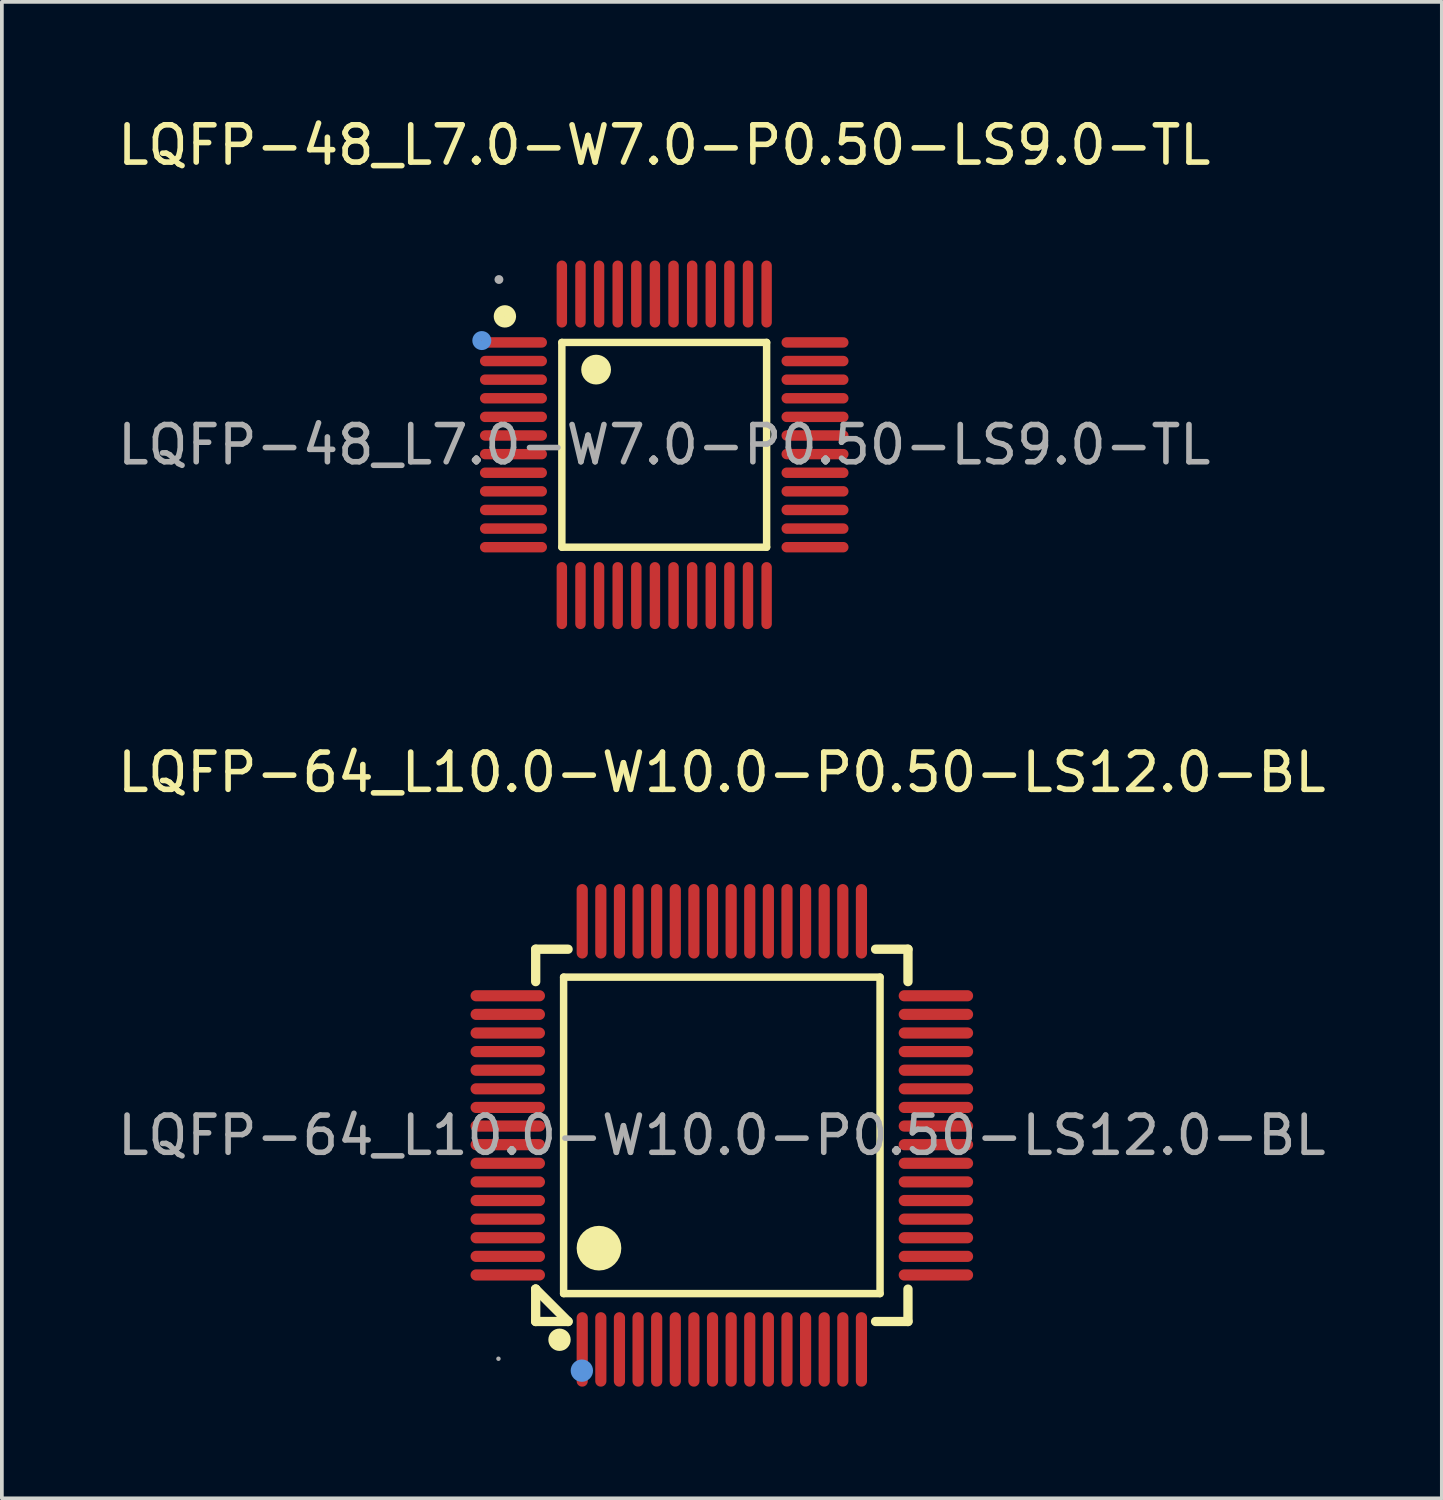
<source format=kicad_pcb>
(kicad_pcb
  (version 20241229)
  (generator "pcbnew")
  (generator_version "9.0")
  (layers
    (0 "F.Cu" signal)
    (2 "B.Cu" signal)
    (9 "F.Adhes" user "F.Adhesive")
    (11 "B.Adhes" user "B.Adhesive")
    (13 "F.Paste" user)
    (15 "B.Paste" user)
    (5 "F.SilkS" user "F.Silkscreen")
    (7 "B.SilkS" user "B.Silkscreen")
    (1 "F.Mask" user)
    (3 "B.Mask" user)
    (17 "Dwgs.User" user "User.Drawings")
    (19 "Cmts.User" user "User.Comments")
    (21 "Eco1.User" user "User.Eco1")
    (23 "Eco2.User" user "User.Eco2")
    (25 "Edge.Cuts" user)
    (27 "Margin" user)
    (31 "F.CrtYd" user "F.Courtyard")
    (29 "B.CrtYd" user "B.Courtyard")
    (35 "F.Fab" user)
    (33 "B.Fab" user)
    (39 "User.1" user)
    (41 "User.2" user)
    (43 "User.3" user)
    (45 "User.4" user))
  (footprint "LQFP-64_L10.0-W10.0-P0.50-LS12.0-BL"
    (layer "F.Cu")
    (at 16.339 27.447)
    (property "Reference" "LQFP-64_L10.0-W10.0-P0.50-LS12.0-BL" (at 0 -9.75 0) (layer "F.SilkS") (effects (font (size 1 1) (thickness 0.15))))
    (attr through_hole)
    (fp_line (start -5 -5) (end -4.13 -5) (stroke (width 0.25) (type solid)) (layer "F.SilkS"))
    (fp_line (start -5 -4.13) (end -5 -5) (stroke (width 0.25) (type solid)) (layer "F.SilkS"))
    (fp_line (start -5 4.13) (end -5 4.13) (stroke (width 0.25) (type solid)) (layer "F.SilkS"))
    (fp_line (start -5 4.13) (end -4.13 5) (stroke (width 0.25) (type solid)) (layer "F.SilkS"))
    (fp_line (start -5 5) (end -5 4.13) (stroke (width 0.25) (type solid)) (layer "F.SilkS"))
    (fp_line (start -4.25 -4.25) (end -4.25 4.25) (stroke (width 0.2) (type solid)) (layer "F.SilkS"))
    (fp_line (start -4.25 4.25) (end 4.25 4.25) (stroke (width 0.2) (type solid)) (layer "F.SilkS"))
    (fp_line (start -4.13 5) (end -5 5) (stroke (width 0.25) (type solid)) (layer "F.SilkS"))
    (fp_line (start 4.25 -4.25) (end -4.25 -4.25) (stroke (width 0.2) (type solid)) (layer "F.SilkS"))
    (fp_line (start 4.25 4.25) (end 4.25 -4.25) (stroke (width 0.2) (type solid)) (layer "F.SilkS"))
    (fp_line (start 5 -5) (end 4.13 -5) (stroke (width 0.25) (type solid)) (layer "F.SilkS"))
    (fp_line (start 5 -5) (end 5 -4.13) (stroke (width 0.25) (type solid)) (layer "F.SilkS"))
    (fp_line (start 5 4.13) (end 5 5) (stroke (width 0.25) (type solid)) (layer "F.SilkS"))
    (fp_line (start 5 5) (end 4.13 5) (stroke (width 0.25) (type solid)) (layer "F.SilkS"))
    (fp_arc (start -4.36 5.49) (mid -4.36 5.49) (end -4.36 5.49) (stroke (width 0.3) (type solid)) (layer "F.SilkS"))
    (fp_arc (start -3.3 3.03) (mid -3.3 3.03) (end -3.3 3.03) (stroke (width 0.6) (type solid)) (layer "F.SilkS"))
    (fp_circle (center -3.76 6.32) (end -3.61 6.32) (stroke (width 0.3) (type solid)) (fill no) (layer "Cmts.User"))
    (fp_circle (center -6 6) (end -5.97 6) (stroke (width 0.06) (type solid)) (fill no) (layer "F.Fab"))
    (fp_text user "${REFERENCE}" (at 0 0 0) (layer "F.Fab") (effects (font (size 1 1) (thickness 0.15))))
    (pad "1" smd oval (at -3.75 5.75) (size 0.3 2) (layers "F.Cu" "F.Mask" "F.Paste"))
    (pad "2" smd oval (at -3.25 5.75) (size 0.3 2) (layers "F.Cu" "F.Mask" "F.Paste"))
    (pad "3" smd oval (at -2.75 5.75) (size 0.3 2) (layers "F.Cu" "F.Mask" "F.Paste"))
    (pad "4" smd oval (at -2.25 5.75) (size 0.3 2) (layers "F.Cu" "F.Mask" "F.Paste"))
    (pad "5" smd oval (at -1.75 5.75) (size 0.3 2) (layers "F.Cu" "F.Mask" "F.Paste"))
    (pad "6" smd oval (at -1.25 5.75) (size 0.3 2) (layers "F.Cu" "F.Mask" "F.Paste"))
    (pad "7" smd oval (at -0.75 5.75) (size 0.3 2) (layers "F.Cu" "F.Mask" "F.Paste"))
    (pad "8" smd oval (at -0.25 5.75) (size 0.3 2) (layers "F.Cu" "F.Mask" "F.Paste"))
    (pad "9" smd oval (at 0.25 5.75) (size 0.3 2) (layers "F.Cu" "F.Mask" "F.Paste"))
    (pad "10" smd oval (at 0.75 5.75) (size 0.3 2) (layers "F.Cu" "F.Mask" "F.Paste"))
    (pad "11" smd oval (at 1.25 5.75) (size 0.3 2) (layers "F.Cu" "F.Mask" "F.Paste"))
    (pad "12" smd oval (at 1.75 5.75) (size 0.3 2) (layers "F.Cu" "F.Mask" "F.Paste"))
    (pad "13" smd oval (at 2.25 5.75) (size 0.3 2) (layers "F.Cu" "F.Mask" "F.Paste"))
    (pad "14" smd oval (at 2.75 5.75) (size 0.3 2) (layers "F.Cu" "F.Mask" "F.Paste"))
    (pad "15" smd oval (at 3.25 5.75) (size 0.3 2) (layers "F.Cu" "F.Mask" "F.Paste"))
    (pad "16" smd oval (at 3.75 5.75) (size 0.3 2) (layers "F.Cu" "F.Mask" "F.Paste"))
    (pad "17" smd oval (at 5.75 3.75) (size 2 0.3) (layers "F.Cu" "F.Mask" "F.Paste"))
    (pad "18" smd oval (at 5.75 3.25) (size 2 0.3) (layers "F.Cu" "F.Mask" "F.Paste"))
    (pad "19" smd oval (at 5.75 2.75) (size 2 0.3) (layers "F.Cu" "F.Mask" "F.Paste"))
    (pad "20" smd oval (at 5.75 2.25) (size 2 0.3) (layers "F.Cu" "F.Mask" "F.Paste"))
    (pad "21" smd oval (at 5.75 1.75) (size 2 0.3) (layers "F.Cu" "F.Mask" "F.Paste"))
    (pad "22" smd oval (at 5.75 1.25) (size 2 0.3) (layers "F.Cu" "F.Mask" "F.Paste"))
    (pad "23" smd oval (at 5.75 0.75) (size 2 0.3) (layers "F.Cu" "F.Mask" "F.Paste"))
    (pad "24" smd oval (at 5.75 0.25) (size 2 0.3) (layers "F.Cu" "F.Mask" "F.Paste"))
    (pad "25" smd oval (at 5.75 -0.25) (size 2 0.3) (layers "F.Cu" "F.Mask" "F.Paste"))
    (pad "26" smd oval (at 5.75 -0.75) (size 2 0.3) (layers "F.Cu" "F.Mask" "F.Paste"))
    (pad "27" smd oval (at 5.75 -1.25) (size 2 0.3) (layers "F.Cu" "F.Mask" "F.Paste"))
    (pad "28" smd oval (at 5.75 -1.75) (size 2 0.3) (layers "F.Cu" "F.Mask" "F.Paste"))
    (pad "29" smd oval (at 5.75 -2.25) (size 2 0.3) (layers "F.Cu" "F.Mask" "F.Paste"))
    (pad "30" smd oval (at 5.75 -2.75) (size 2 0.3) (layers "F.Cu" "F.Mask" "F.Paste"))
    (pad "31" smd oval (at 5.75 -3.25) (size 2 0.3) (layers "F.Cu" "F.Mask" "F.Paste"))
    (pad "32" smd oval (at 5.75 -3.75) (size 2 0.3) (layers "F.Cu" "F.Mask" "F.Paste"))
    (pad "33" smd oval (at 3.75 -5.75) (size 0.3 2) (layers "F.Cu" "F.Mask" "F.Paste"))
    (pad "34" smd oval (at 3.25 -5.75) (size 0.3 2) (layers "F.Cu" "F.Mask" "F.Paste"))
    (pad "35" smd oval (at 2.75 -5.75) (size 0.3 2) (layers "F.Cu" "F.Mask" "F.Paste"))
    (pad "36" smd oval (at 2.25 -5.75) (size 0.3 2) (layers "F.Cu" "F.Mask" "F.Paste"))
    (pad "37" smd oval (at 1.75 -5.75) (size 0.3 2) (layers "F.Cu" "F.Mask" "F.Paste"))
    (pad "38" smd oval (at 1.25 -5.75) (size 0.3 2) (layers "F.Cu" "F.Mask" "F.Paste"))
    (pad "39" smd oval (at 0.75 -5.75) (size 0.3 2) (layers "F.Cu" "F.Mask" "F.Paste"))
    (pad "40" smd oval (at 0.25 -5.75) (size 0.3 2) (layers "F.Cu" "F.Mask" "F.Paste"))
    (pad "41" smd oval (at -0.25 -5.75) (size 0.3 2) (layers "F.Cu" "F.Mask" "F.Paste"))
    (pad "42" smd oval (at -0.75 -5.75) (size 0.3 2) (layers "F.Cu" "F.Mask" "F.Paste"))
    (pad "43" smd oval (at -1.25 -5.75) (size 0.3 2) (layers "F.Cu" "F.Mask" "F.Paste"))
    (pad "44" smd oval (at -1.75 -5.75) (size 0.3 2) (layers "F.Cu" "F.Mask" "F.Paste"))
    (pad "45" smd oval (at -2.25 -5.75) (size 0.3 2) (layers "F.Cu" "F.Mask" "F.Paste"))
    (pad "46" smd oval (at -2.75 -5.75) (size 0.3 2) (layers "F.Cu" "F.Mask" "F.Paste"))
    (pad "47" smd oval (at -3.25 -5.75) (size 0.3 2) (layers "F.Cu" "F.Mask" "F.Paste"))
    (pad "48" smd oval (at -3.75 -5.75) (size 0.3 2) (layers "F.Cu" "F.Mask" "F.Paste"))
    (pad "49" smd oval (at -5.75 -3.75) (size 2 0.3) (layers "F.Cu" "F.Mask" "F.Paste"))
    (pad "50" smd oval (at -5.75 -3.25) (size 2 0.3) (layers "F.Cu" "F.Mask" "F.Paste"))
    (pad "51" smd oval (at -5.75 -2.75) (size 2 0.3) (layers "F.Cu" "F.Mask" "F.Paste"))
    (pad "52" smd oval (at -5.75 -2.25) (size 2 0.3) (layers "F.Cu" "F.Mask" "F.Paste"))
    (pad "53" smd oval (at -5.75 -1.75) (size 2 0.3) (layers "F.Cu" "F.Mask" "F.Paste"))
    (pad "54" smd oval (at -5.75 -1.25) (size 2 0.3) (layers "F.Cu" "F.Mask" "F.Paste"))
    (pad "55" smd oval (at -5.75 -0.75) (size 2 0.3) (layers "F.Cu" "F.Mask" "F.Paste"))
    (pad "56" smd oval (at -5.75 -0.25) (size 2 0.3) (layers "F.Cu" "F.Mask" "F.Paste"))
    (pad "57" smd oval (at -5.75 0.25) (size 2 0.3) (layers "F.Cu" "F.Mask" "F.Paste"))
    (pad "58" smd oval (at -5.75 0.75) (size 2 0.3) (layers "F.Cu" "F.Mask" "F.Paste"))
    (pad "59" smd oval (at -5.75 1.25) (size 2 0.3) (layers "F.Cu" "F.Mask" "F.Paste"))
    (pad "60" smd oval (at -5.75 1.75) (size 2 0.3) (layers "F.Cu" "F.Mask" "F.Paste"))
    (pad "61" smd oval (at -5.75 2.25) (size 2 0.3) (layers "F.Cu" "F.Mask" "F.Paste"))
    (pad "62" smd oval (at -5.75 2.75) (size 2 0.3) (layers "F.Cu" "F.Mask" "F.Paste"))
    (pad "63" smd oval (at -5.75 3.25) (size 2 0.3) (layers "F.Cu" "F.Mask" "F.Paste"))
    (pad "64" smd oval (at -5.75 3.75) (size 2 0.3) (layers "F.Cu" "F.Mask" "F.Paste")))
  (footprint "LQFP-48_L7.0-W7.0-P0.50-LS9.0-TL"
    (layer "F.Cu")
    (at 14.792 8.898)
    (property "Reference" "LQFP-48_L7.0-W7.0-P0.50-LS9.0-TL" (at 0 -8.05 0) (layer "F.SilkS") (effects (font (size 1 1) (thickness 0.15))))
    (attr through_hole)
    (fp_line (start -2.75 -2.75) (end 2.75 -2.75) (stroke (width 0.2) (type solid)) (layer "F.SilkS"))
    (fp_line (start -2.75 2.75) (end -2.75 -2.75) (stroke (width 0.2) (type solid)) (layer "F.SilkS"))
    (fp_line (start 2.75 -2.75) (end 2.75 2.75) (stroke (width 0.2) (type solid)) (layer "F.SilkS"))
    (fp_line (start 2.75 2.75) (end -2.75 2.75) (stroke (width 0.2) (type solid)) (layer "F.SilkS"))
    (fp_arc (start -4.13 -3.44) (mid -4.43025 -3.454995) (end -4.129667 -3.450016) (stroke (width 0.3) (type solid)) (layer "F.SilkS"))
    (fp_arc (start -1.83 -2.02) (mid -1.83 -2.02) (end -1.83 -2.02) (stroke (width 0.4) (type solid)) (layer "F.SilkS"))
    (fp_circle (center -4.9 -2.8) (end -4.77 -2.8) (stroke (width 0.25) (type solid)) (fill no) (layer "Cmts.User"))
    (fp_circle (center -4.44 -4.44) (end -4.38 -4.44) (stroke (width 0.12) (type solid)) (fill no) (layer "F.Fab"))
    (fp_text user "${REFERENCE}" (at 0 0 0) (layer "F.Fab") (effects (font (size 1 1) (thickness 0.15))))
    (pad "1" smd oval (at -4.05 -2.75 90) (size 0.28 1.8) (layers "F.Cu" "F.Mask" "F.Paste"))
    (pad "2" smd oval (at -4.05 -2.25 90) (size 0.28 1.8) (layers "F.Cu" "F.Mask" "F.Paste"))
    (pad "3" smd oval (at -4.05 -1.75 90) (size 0.28 1.8) (layers "F.Cu" "F.Mask" "F.Paste"))
    (pad "4" smd oval (at -4.05 -1.25 90) (size 0.28 1.8) (layers "F.Cu" "F.Mask" "F.Paste"))
    (pad "5" smd oval (at -4.05 -0.75 90) (size 0.28 1.8) (layers "F.Cu" "F.Mask" "F.Paste"))
    (pad "6" smd oval (at -4.05 -0.25 90) (size 0.28 1.8) (layers "F.Cu" "F.Mask" "F.Paste"))
    (pad "7" smd oval (at -4.05 0.25 90) (size 0.28 1.8) (layers "F.Cu" "F.Mask" "F.Paste"))
    (pad "8" smd oval (at -4.05 0.75 90) (size 0.28 1.8) (layers "F.Cu" "F.Mask" "F.Paste"))
    (pad "9" smd oval (at -4.05 1.25 90) (size 0.28 1.8) (layers "F.Cu" "F.Mask" "F.Paste"))
    (pad "10" smd oval (at -4.05 1.75 90) (size 0.28 1.8) (layers "F.Cu" "F.Mask" "F.Paste"))
    (pad "11" smd oval (at -4.05 2.25 90) (size 0.28 1.8) (layers "F.Cu" "F.Mask" "F.Paste"))
    (pad "12" smd oval (at -4.05 2.75 90) (size 0.28 1.8) (layers "F.Cu" "F.Mask" "F.Paste"))
    (pad "13" smd oval (at -2.75 4.05) (size 0.28 1.8) (layers "F.Cu" "F.Mask" "F.Paste"))
    (pad "14" smd oval (at -2.25 4.05) (size 0.28 1.8) (layers "F.Cu" "F.Mask" "F.Paste"))
    (pad "15" smd oval (at -1.75 4.05) (size 0.28 1.8) (layers "F.Cu" "F.Mask" "F.Paste"))
    (pad "16" smd oval (at -1.25 4.05) (size 0.28 1.8) (layers "F.Cu" "F.Mask" "F.Paste"))
    (pad "17" smd oval (at -0.75 4.05) (size 0.28 1.8) (layers "F.Cu" "F.Mask" "F.Paste"))
    (pad "18" smd oval (at -0.25 4.05) (size 0.28 1.8) (layers "F.Cu" "F.Mask" "F.Paste"))
    (pad "19" smd oval (at 0.25 4.05) (size 0.28 1.8) (layers "F.Cu" "F.Mask" "F.Paste"))
    (pad "20" smd oval (at 0.75 4.05) (size 0.28 1.8) (layers "F.Cu" "F.Mask" "F.Paste"))
    (pad "21" smd oval (at 1.25 4.05) (size 0.28 1.8) (layers "F.Cu" "F.Mask" "F.Paste"))
    (pad "22" smd oval (at 1.75 4.05) (size 0.28 1.8) (layers "F.Cu" "F.Mask" "F.Paste"))
    (pad "23" smd oval (at 2.25 4.05) (size 0.28 1.8) (layers "F.Cu" "F.Mask" "F.Paste"))
    (pad "24" smd oval (at 2.75 4.05) (size 0.28 1.8) (layers "F.Cu" "F.Mask" "F.Paste"))
    (pad "25" smd oval (at 4.05 2.75 90) (size 0.28 1.8) (layers "F.Cu" "F.Mask" "F.Paste"))
    (pad "26" smd oval (at 4.05 2.25 90) (size 0.28 1.8) (layers "F.Cu" "F.Mask" "F.Paste"))
    (pad "27" smd oval (at 4.05 1.75 90) (size 0.28 1.8) (layers "F.Cu" "F.Mask" "F.Paste"))
    (pad "28" smd oval (at 4.05 1.25 90) (size 0.28 1.8) (layers "F.Cu" "F.Mask" "F.Paste"))
    (pad "29" smd oval (at 4.05 0.75 90) (size 0.28 1.8) (layers "F.Cu" "F.Mask" "F.Paste"))
    (pad "30" smd oval (at 4.05 0.25 90) (size 0.28 1.8) (layers "F.Cu" "F.Mask" "F.Paste"))
    (pad "31" smd oval (at 4.05 -0.25 90) (size 0.28 1.8) (layers "F.Cu" "F.Mask" "F.Paste"))
    (pad "32" smd oval (at 4.05 -0.75 90) (size 0.28 1.8) (layers "F.Cu" "F.Mask" "F.Paste"))
    (pad "33" smd oval (at 4.05 -1.25 90) (size 0.28 1.8) (layers "F.Cu" "F.Mask" "F.Paste"))
    (pad "34" smd oval (at 4.05 -1.75 90) (size 0.28 1.8) (layers "F.Cu" "F.Mask" "F.Paste"))
    (pad "35" smd oval (at 4.05 -2.25 90) (size 0.28 1.8) (layers "F.Cu" "F.Mask" "F.Paste"))
    (pad "36" smd oval (at 4.05 -2.75 90) (size 0.28 1.8) (layers "F.Cu" "F.Mask" "F.Paste"))
    (pad "37" smd oval (at 2.75 -4.05) (size 0.28 1.8) (layers "F.Cu" "F.Mask" "F.Paste"))
    (pad "38" smd oval (at 2.25 -4.05) (size 0.28 1.8) (layers "F.Cu" "F.Mask" "F.Paste"))
    (pad "39" smd oval (at 1.75 -4.05) (size 0.28 1.8) (layers "F.Cu" "F.Mask" "F.Paste"))
    (pad "40" smd oval (at 1.25 -4.05) (size 0.28 1.8) (layers "F.Cu" "F.Mask" "F.Paste"))
    (pad "41" smd oval (at 0.75 -4.05) (size 0.28 1.8) (layers "F.Cu" "F.Mask" "F.Paste"))
    (pad "42" smd oval (at 0.25 -4.05) (size 0.28 1.8) (layers "F.Cu" "F.Mask" "F.Paste"))
    (pad "43" smd oval (at -0.25 -4.05) (size 0.28 1.8) (layers "F.Cu" "F.Mask" "F.Paste"))
    (pad "44" smd oval (at -0.75 -4.05) (size 0.28 1.8) (layers "F.Cu" "F.Mask" "F.Paste"))
    (pad "45" smd oval (at -1.25 -4.05) (size 0.28 1.8) (layers "F.Cu" "F.Mask" "F.Paste"))
    (pad "46" smd oval (at -1.75 -4.05) (size 0.28 1.8) (layers "F.Cu" "F.Mask" "F.Paste"))
    (pad "47" smd oval (at -2.25 -4.05) (size 0.28 1.8) (layers "F.Cu" "F.Mask" "F.Paste"))
    (pad "48" smd oval (at -2.75 -4.05) (size 0.28 1.8) (layers "F.Cu" "F.Mask" "F.Paste")))
  (gr_rect
    (start -3 -3)
    (end 35.679 37.197)
    (stroke (width 0.1) (type default))
    (fill no)
    (layer "Edge.Cuts")))
</source>
